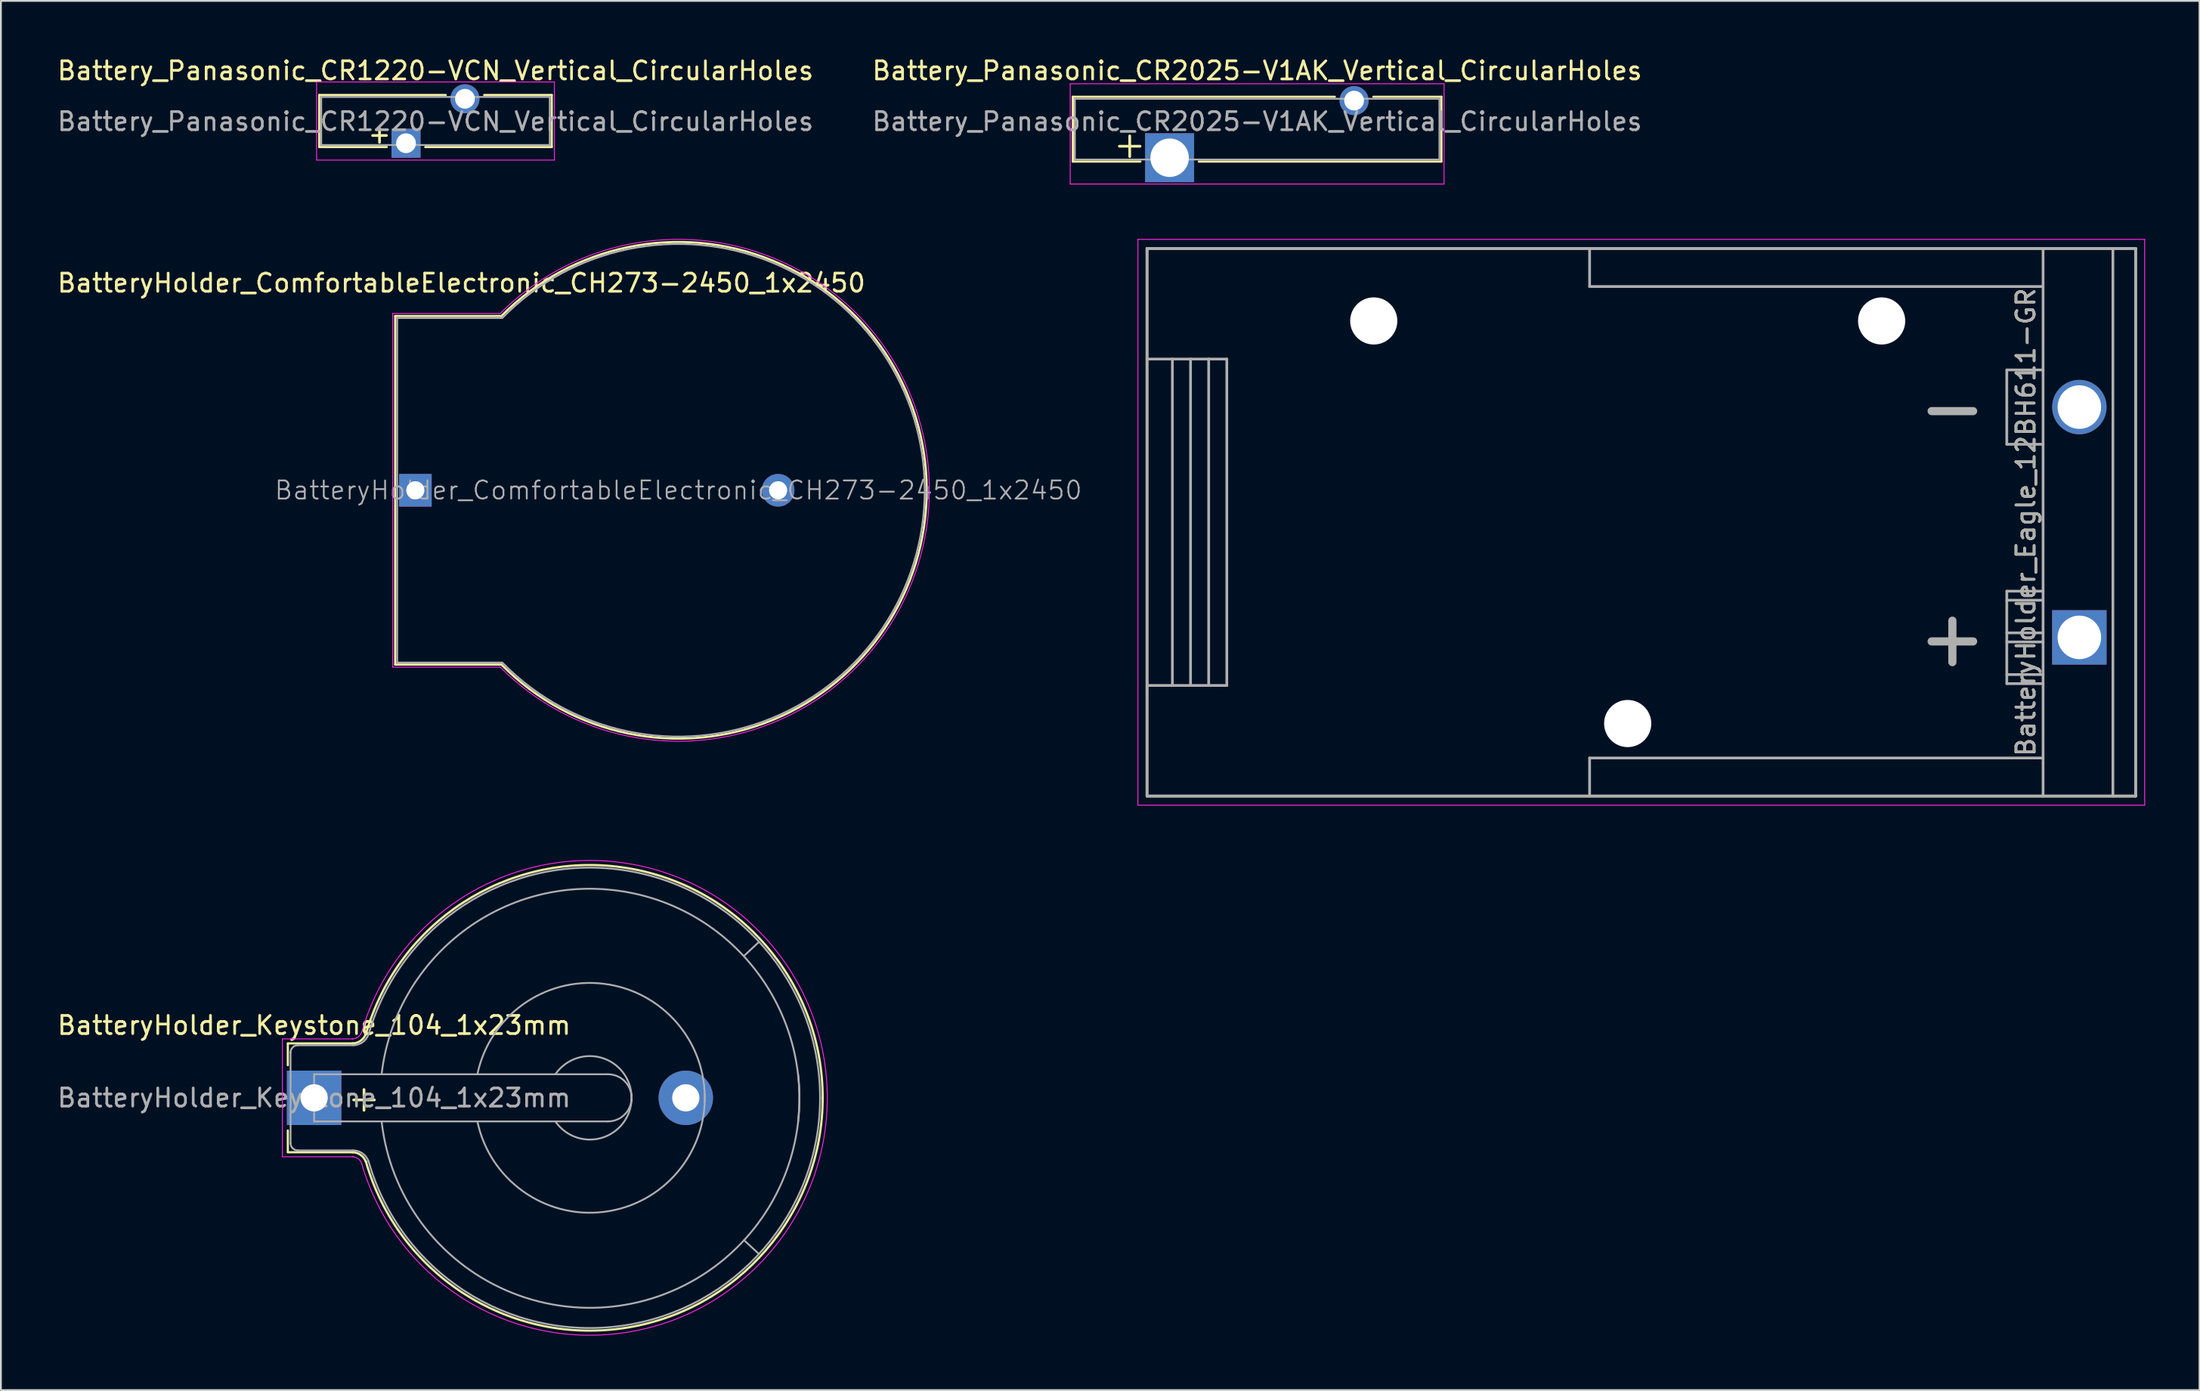
<source format=kicad_pcb>
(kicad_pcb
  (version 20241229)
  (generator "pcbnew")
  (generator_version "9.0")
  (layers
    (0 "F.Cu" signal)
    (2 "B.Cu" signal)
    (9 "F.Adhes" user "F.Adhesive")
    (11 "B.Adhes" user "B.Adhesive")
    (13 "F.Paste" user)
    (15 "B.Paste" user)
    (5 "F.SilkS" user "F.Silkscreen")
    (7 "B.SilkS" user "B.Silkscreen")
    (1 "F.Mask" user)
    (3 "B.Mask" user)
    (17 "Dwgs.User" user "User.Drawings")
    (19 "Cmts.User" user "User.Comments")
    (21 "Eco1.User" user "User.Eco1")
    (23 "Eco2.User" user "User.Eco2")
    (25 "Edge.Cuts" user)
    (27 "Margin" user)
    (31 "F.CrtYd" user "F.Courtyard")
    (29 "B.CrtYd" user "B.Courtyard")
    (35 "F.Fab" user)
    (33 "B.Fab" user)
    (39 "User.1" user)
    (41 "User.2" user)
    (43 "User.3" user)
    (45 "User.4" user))
  (footprint "BatteryHolder_ComfortableElectronic_CH273-2450_1x2450"
    (layer "F.Cu")
    (at 19.847 23.986)
    (property "Reference" "BatteryHolder_ComfortableElectronic_CH273-2450_1x2450" (at 2.54 -11.43 0) (layer "F.SilkS") (effects (font (size 1 1) (thickness 0.15))))
    (attr through_hole)
    (fp_line (start -1.11 -9.61) (end 4.746 -9.61) (stroke (width 0.12) (type solid)) (layer "F.SilkS"))
    (fp_line (start -1.11 9.61) (end -1.11 -9.61) (stroke (width 0.12) (type solid)) (layer "F.SilkS"))
    (fp_line (start 4.746 9.61) (end -1.11 9.61) (stroke (width 0.12) (type solid)) (layer "F.SilkS"))
    (fp_arc (start 4.746 -9.61) (mid 28.192794 -0.001404) (end 4.747971 9.612) (stroke (width 0.12) (type solid)) (layer "F.SilkS"))
    (fp_line (start -1.25 -9.75) (end 4.68 -9.75) (stroke (width 0.05) (type solid)) (layer "F.CrtYd"))
    (fp_line (start -1.25 9.75) (end -1.25 -9.75) (stroke (width 0.05) (type solid)) (layer "F.CrtYd"))
    (fp_line (start 4.68 9.75) (end -1.25 9.75) (stroke (width 0.05) (type solid)) (layer "F.CrtYd"))
    (fp_arc (start 4.68 -9.75) (mid 28.338168 -0.001193) (end 4.681682 9.751693) (stroke (width 0.05) (type solid)) (layer "F.CrtYd"))
    (fp_line (start -1 -9.5) (end 4.792 -9.5) (stroke (width 0.1) (type solid)) (layer "F.Fab"))
    (fp_line (start -1 9.5) (end -1 -9.5) (stroke (width 0.1) (type solid)) (layer "F.Fab"))
    (fp_line (start 4.792 9.5) (end -1 9.5) (stroke (width 0.1) (type solid)) (layer "F.Fab"))
    (fp_arc (start 4.792 -9.5) (mid 28.082903 -0.004841) (end 4.798774 9.506918) (stroke (width 0.1) (type solid)) (layer "F.Fab"))
    (fp_text user "${REFERENCE}" (at 14.5 0 0) (layer "F.Fab") (effects (font (size 1 1) (thickness 0.1))))
    (pad "1" thru_hole rect (at 0 0 270) (size 1.8 1.8) (drill 1) (layers "*.Cu" "*.Mask"))
    (pad "2" thru_hole circle (at 20 0 270) (size 1.8 1.8) (drill 1) (layers "*.Cu" "*.Mask")))
  (footprint "BatteryHolder_Eagle_12BH611-GR"
    (layer "F.Cu")
    (at 111.584 32.098)
    (property "Reference" "BatteryHolder_Eagle_12BH611-GR" (at -2.95 -6.35 270) (layer "F.SilkS") (effects (font (size 1 1) (thickness 0.15))))
    (attr through_hole)
    (fp_line (start -51.4 -21.45) (end 3.1 -21.45) (stroke (width 0.15) (type solid)) (layer "F.SilkS"))
    (fp_line (start -51.4 8.75) (end -51.4 -21.45) (stroke (width 0.15) (type solid)) (layer "F.SilkS"))
    (fp_line (start 3.1 -21.45) (end 3.1 8.75) (stroke (width 0.15) (type solid)) (layer "F.SilkS"))
    (fp_line (start 3.1 8.75) (end -51.4 8.75) (stroke (width 0.15) (type solid)) (layer "F.SilkS"))
    (fp_line (start -51.9 -21.95) (end 3.6 -21.95) (stroke (width 0.05) (type solid)) (layer "F.CrtYd"))
    (fp_line (start -51.9 9.25) (end -51.9 -21.95) (stroke (width 0.05) (type solid)) (layer "F.CrtYd"))
    (fp_line (start 3.6 -21.95) (end 3.6 9.25) (stroke (width 0.05) (type solid)) (layer "F.CrtYd"))
    (fp_line (start 3.6 9.25) (end -51.9 9.25) (stroke (width 0.05) (type solid)) (layer "F.CrtYd"))
    (fp_line (start -51.4 -21.45) (end 3.1 -21.45) (stroke (width 0.15) (type solid)) (layer "F.Fab"))
    (fp_line (start -51.4 -15.35) (end -47 -15.35) (stroke (width 0.15) (type solid)) (layer "F.Fab"))
    (fp_line (start -51.4 2.65) (end -47 2.65) (stroke (width 0.15) (type solid)) (layer "F.Fab"))
    (fp_line (start -51.4 8.75) (end -51.4 -21.45) (stroke (width 0.15) (type solid)) (layer "F.Fab"))
    (fp_line (start -50 2.65) (end -50 -15.35) (stroke (width 0.15) (type solid)) (layer "F.Fab"))
    (fp_line (start -49 2.65) (end -49 -15.35) (stroke (width 0.15) (type solid)) (layer "F.Fab"))
    (fp_line (start -48 2.65) (end -48 -15.35) (stroke (width 0.15) (type solid)) (layer "F.Fab"))
    (fp_line (start -47 2.65) (end -47 -15.35) (stroke (width 0.15) (type solid)) (layer "F.Fab"))
    (fp_line (start -27 -19.35) (end -27 -21.45) (stroke (width 0.15) (type solid)) (layer "F.Fab"))
    (fp_line (start -27 6.65) (end -27 8.75) (stroke (width 0.15) (type solid)) (layer "F.Fab"))
    (fp_line (start -4 -14.75) (end -4 -10.65) (stroke (width 0.15) (type solid)) (layer "F.Fab"))
    (fp_line (start -4 -10.65) (end -2 -10.65) (stroke (width 0.15) (type solid)) (layer "F.Fab"))
    (fp_line (start -4 -2.55) (end -4 2.55) (stroke (width 0.15) (type solid)) (layer "F.Fab"))
    (fp_line (start -4 -2.05) (end -2 -2.05) (stroke (width 0.15) (type solid)) (layer "F.Fab"))
    (fp_line (start -4 0.25) (end -2 0.25) (stroke (width 0.15) (type solid)) (layer "F.Fab"))
    (fp_line (start -4 2.55) (end -2 2.55) (stroke (width 0.15) (type solid)) (layer "F.Fab"))
    (fp_line (start -2 -21.45) (end -2 8.75) (stroke (width 0.15) (type solid)) (layer "F.Fab"))
    (fp_line (start -2 -19.35) (end -27 -19.35) (stroke (width 0.15) (type solid)) (layer "F.Fab"))
    (fp_line (start -2 -14.75) (end -4 -14.75) (stroke (width 0.15) (type solid)) (layer "F.Fab"))
    (fp_line (start -2 -2.55) (end -4 -2.55) (stroke (width 0.15) (type solid)) (layer "F.Fab"))
    (fp_line (start -2 -0.25) (end -4 -0.25) (stroke (width 0.15) (type solid)) (layer "F.Fab"))
    (fp_line (start -2 2.05) (end -4 2.05) (stroke (width 0.15) (type solid)) (layer "F.Fab"))
    (fp_line (start -2 6.65) (end -27 6.65) (stroke (width 0.15) (type solid)) (layer "F.Fab"))
    (fp_line (start 1.85 8.75) (end 1.85 -21.45) (stroke (width 0.15) (type solid)) (layer "F.Fab"))
    (fp_line (start 3.1 -21.45) (end 3.1 8.75) (stroke (width 0.15) (type solid)) (layer "F.Fab"))
    (fp_line (start 3.1 8.75) (end -51.4 8.75) (stroke (width 0.15) (type solid)) (layer "F.Fab"))
    (fp_text user "-" (at -7 -12.7 0) (layer "F.Fab") (effects (font (size 3 3) (thickness 0.45))))
    (fp_text user "${REFERENCE}" (at -2.95 -6.35 90) (layer "F.Fab") (effects (font (size 1 1) (thickness 0.15))))
    (fp_text user "+" (at -7 0 0) (layer "F.Fab") (effects (font (size 3 3) (thickness 0.45))))
    (pad "" np_thru_hole circle (at -38.9 -17.45) (size 2.6 2.6) (drill 2.6) (layers "*.Cu" "*.Mask"))
    (pad "" np_thru_hole circle (at -24.9 4.75) (size 2.6 2.6) (drill 2.6) (layers "*.Cu" "*.Mask"))
    (pad "" np_thru_hole circle (at -10.9 -17.45) (size 2.6 2.6) (drill 2.6) (layers "*.Cu" "*.Mask"))
    (pad "1" thru_hole rect (at 0 0 90) (size 3 3) (drill 2.4) (layers "*.Cu" "*.Mask"))
    (pad "2" thru_hole circle (at 0 -12.7) (size 3 3) (drill 2.4) (layers "*.Cu" "*.Mask")))
  (footprint "Battery_Panasonic_CR2025-V1AK_Vertical_CircularHoles"
    (layer "F.Cu")
    (at 61.431 5.648)
    (property "Reference" "Battery_Panasonic_CR2025-V1AK_Vertical_CircularHoles" (at 4.825 -4.8 0) (layer "F.SilkS") (effects (font (size 1 1) (thickness 0.15))))
    (attr through_hole)
    (fp_line (start -5.335 -3.36) (end -5.335 0.21) (stroke (width 0.12) (type solid)) (layer "F.SilkS"))
    (fp_line (start -5.335 -3.36) (end 9.11 -3.36) (stroke (width 0.12) (type solid)) (layer "F.SilkS"))
    (fp_line (start -5.335 0.21) (end -1.61 0.21) (stroke (width 0.12) (type solid)) (layer "F.SilkS"))
    (fp_line (start 1.61 0.21) (end 14.985 0.21) (stroke (width 0.12) (type solid)) (layer "F.SilkS"))
    (fp_line (start 11.23 -3.36) (end 14.985 -3.36) (stroke (width 0.12) (type solid)) (layer "F.SilkS"))
    (fp_line (start 14.985 -3.36) (end 14.985 0.21) (stroke (width 0.12) (type solid)) (layer "F.SilkS"))
    (fp_line (start -5.48 -4.08) (end -5.48 1.45) (stroke (width 0.05) (type solid)) (layer "F.CrtYd"))
    (fp_line (start -5.48 -4.08) (end 15.13 -4.08) (stroke (width 0.05) (type solid)) (layer "F.CrtYd"))
    (fp_line (start -5.48 1.45) (end 15.13 1.45) (stroke (width 0.05) (type solid)) (layer "F.CrtYd"))
    (fp_line (start 15.13 -4.08) (end 15.13 1.45) (stroke (width 0.05) (type solid)) (layer "F.CrtYd"))
    (fp_line (start -5.225 -3.25) (end -5.225 0.1) (stroke (width 0.1) (type solid)) (layer "F.Fab"))
    (fp_line (start -5.225 -3.25) (end 14.875 -3.25) (stroke (width 0.1) (type solid)) (layer "F.Fab"))
    (fp_line (start -5.225 0.1) (end 14.875 0.1) (stroke (width 0.1) (type solid)) (layer "F.Fab"))
    (fp_line (start 14.875 -3.25) (end 14.875 0.1) (stroke (width 0.1) (type solid)) (layer "F.Fab"))
    (fp_text user "+" (at -2.2 -0.75 0) (layer "F.SilkS") (effects (font (size 1.5 1.5) (thickness 0.15))))
    (fp_text user "${REFERENCE}" (at 4.825 -2 180) (layer "F.Fab") (effects (font (size 1 1) (thickness 0.15))))
    (pad "1" thru_hole rect (at 0 0 90) (size 2.7 2.7) (drill 2.12) (layers "*.Cu" "*.Mask"))
    (pad "2" thru_hole circle (at 10.17 -3.15) (size 1.6 1.6) (drill 1.09) (layers "*.Cu" "*.Mask")))
  (footprint "BatteryHolder_Keystone_104_1x23mm"
    (layer "F.Cu")
    (at 14.268 57.488)
    (property "Reference" "BatteryHolder_Keystone_104_1x23mm" (at 0 -4 0) (layer "F.SilkS") (effects (font (size 1 1) (thickness 0.15))))
    (attr through_hole)
    (fp_line (start -1.45 -3) (end 2.15 -3) (stroke (width 0.12) (type solid)) (layer "F.SilkS"))
    (fp_line (start -1.45 -1.8) (end -1.45 -3) (stroke (width 0.12) (type solid)) (layer "F.SilkS"))
    (fp_line (start -1.45 1.8) (end -1.45 3) (stroke (width 0.12) (type solid)) (layer "F.SilkS"))
    (fp_line (start -1.45 3) (end 2.15 3) (stroke (width 0.12) (type solid)) (layer "F.SilkS"))
    (fp_arc (start 2.1 3) (mid 2.558861 3.144678) (end 2.851754 3.526384) (stroke (width 0.12) (type solid)) (layer "F.SilkS"))
    (fp_arc (start 2.85 -3.5) (mid 17.002622 -12.709172) (end 28.03617 0.072313) (stroke (width 0.12) (type solid)) (layer "F.SilkS"))
    (fp_arc (start 2.851754 -3.526384) (mid 2.558861 -3.144678) (end 2.1 -3) (stroke (width 0.12) (type solid)) (layer "F.SilkS"))
    (fp_arc (start 28.03617 -0.072313) (mid 17.002622 12.709172) (end 2.85 3.5) (stroke (width 0.12) (type solid)) (layer "F.SilkS"))
    (fp_line (start -1.75 -3.25) (end 2.15 -3.25) (stroke (width 0.05) (type solid)) (layer "F.CrtYd"))
    (fp_line (start -1.75 3.25) (end -1.75 -3.25) (stroke (width 0.05) (type solid)) (layer "F.CrtYd"))
    (fp_line (start -1.75 3.25) (end 2.15 3.25) (stroke (width 0.05) (type solid)) (layer "F.CrtYd"))
    (fp_arc (start 2.1 3.25) (mid 2.415467 3.349466) (end 2.616831 3.611889) (stroke (width 0.05) (type solid)) (layer "F.CrtYd"))
    (fp_arc (start 2.615 -3.6) (mid 17.013472 -12.963547) (end 28.289773 -0.008354) (stroke (width 0.05) (type solid)) (layer "F.CrtYd"))
    (fp_arc (start 2.616831 -3.611889) (mid 2.415467 -3.349466) (end 2.1 -3.25) (stroke (width 0.05) (type solid)) (layer "F.CrtYd"))
    (fp_arc (start 28.289773 0.008354) (mid 17.013472 12.963547) (end 2.615 3.6) (stroke (width 0.05) (type solid)) (layer "F.CrtYd"))
    (fp_line (start -1.3 -2.5) (end -1.3 2.5) (stroke (width 0.1) (type solid)) (layer "F.Fab"))
    (fp_line (start -0.9 2.9) (end 2.15 2.9) (stroke (width 0.1) (type solid)) (layer "F.Fab"))
    (fp_line (start 0 -1.3) (end 0 1.3) (stroke (width 0.1) (type solid)) (layer "F.Fab"))
    (fp_line (start 0 1.3) (end 16.2 1.3) (stroke (width 0.1) (type solid)) (layer "F.Fab"))
    (fp_line (start 2.15 -2.9) (end -0.9 -2.9) (stroke (width 0.1) (type solid)) (layer "F.Fab"))
    (fp_line (start 16.2 -1.3) (end 0 -1.3) (stroke (width 0.1) (type solid)) (layer "F.Fab"))
    (fp_line (start 23.698 7.849) (end 24.526 8.613) (stroke (width 0.1) (type solid)) (layer "F.Fab"))
    (fp_line (start 23.724 -7.849) (end 24.526 -8.601) (stroke (width 0.1) (type solid)) (layer "F.Fab"))
    (fp_arc (start -1.3 -2.5) (mid -1.182843 -2.782843) (end -0.9 -2.9) (stroke (width 0.1) (type solid)) (layer "F.Fab"))
    (fp_arc (start -0.9 2.9) (mid -1.182843 2.782843) (end -1.3 2.5) (stroke (width 0.1) (type solid)) (layer "F.Fab"))
    (fp_arc (start 2.15 2.9) (mid 2.666219 3.062763) (end 2.995723 3.492182) (stroke (width 0.1) (type solid)) (layer "F.Fab"))
    (fp_arc (start 2.995723 -3.492182) (mid 2.666219 -3.062763) (end 2.15 -2.9) (stroke (width 0.1) (type solid)) (layer "F.Fab"))
    (fp_arc (start 3 -3.5) (mid 16.968026 -12.568376) (end 27.892123 0.00164) (stroke (width 0.1) (type solid)) (layer "F.Fab"))
    (fp_arc (start 3.72 -1.3) (mid 16.5 -11.48) (end 26.68 1.3) (stroke (width 0.1) (type solid)) (layer "F.Fab"))
    (fp_arc (start 9 -1.3) (mid 15.954687 -6.28971) (end 21.531551 0.203631) (stroke (width 0.1) (type solid)) (layer "F.Fab"))
    (fp_arc (start 13.3 -1.3) (mid 15.963947 -2.171724) (end 17.495448 0.175833) (stroke (width 0.1) (type solid)) (layer "F.Fab"))
    (fp_arc (start 16.2 -1.3) (mid 17.5 0) (end 16.2 1.3) (stroke (width 0.1) (type solid)) (layer "F.Fab"))
    (fp_arc (start 17.495448 -0.175833) (mid 15.963947 2.171724) (end 13.3 1.3) (stroke (width 0.1) (type solid)) (layer "F.Fab"))
    (fp_arc (start 21.531551 -0.203631) (mid 15.954687 6.28971) (end 9 1.3) (stroke (width 0.1) (type solid)) (layer "F.Fab"))
    (fp_arc (start 26.68 -1.3) (mid 16.5 11.48) (end 3.72 1.3) (stroke (width 0.1) (type solid)) (layer "F.Fab"))
    (fp_arc (start 27.892123 -0.00164) (mid 16.968026 12.568376) (end 3 3.5) (stroke (width 0.1) (type solid)) (layer "F.Fab"))
    (fp_text user "+" (at 2.75 0 0) (layer "F.SilkS") (effects (font (size 1.5 1.5) (thickness 0.15))))
    (fp_text user "${REFERENCE}" (at 0 0 0) (layer "F.Fab") (effects (font (size 1 1) (thickness 0.15))))
    (pad "1" thru_hole rect (at 0 0) (size 3 3) (drill 1.5) (layers "*.Cu" "*.Mask"))
    (pad "2" thru_hole circle (at 20.49 0) (size 3 3) (drill 1.5) (layers "*.Cu" "*.Mask")))
  (footprint "Battery_Panasonic_CR1220-VCN_Vertical_CircularHoles"
    (layer "F.Cu")
    (at 19.333 4.848)
    (property "Reference" "Battery_Panasonic_CR1220-VCN_Vertical_CircularHoles" (at 1.625 -4 0) (layer "F.SilkS") (effects (font (size 1 1) (thickness 0.15))))
    (attr through_hole)
    (fp_line (start -4.785 -2.66) (end 2.19 -2.66) (stroke (width 0.12) (type solid)) (layer "F.SilkS"))
    (fp_line (start -4.785 0.21) (end -4.785 -2.66) (stroke (width 0.12) (type solid)) (layer "F.SilkS"))
    (fp_line (start -4.78 0.21) (end -1.06 0.21) (stroke (width 0.12) (type solid)) (layer "F.SilkS"))
    (fp_line (start 1.06 0.21) (end 8.035 0.21) (stroke (width 0.12) (type solid)) (layer "F.SilkS"))
    (fp_line (start 4.31 -2.66) (end 8.035 -2.66) (stroke (width 0.12) (type solid)) (layer "F.SilkS"))
    (fp_line (start 8.035 0.21) (end 8.035 -2.66) (stroke (width 0.12) (type solid)) (layer "F.SilkS"))
    (fp_line (start -4.93 -3.38) (end 8.18 -3.38) (stroke (width 0.05) (type solid)) (layer "F.CrtYd"))
    (fp_line (start -4.93 0.93) (end -4.93 -3.38) (stroke (width 0.05) (type solid)) (layer "F.CrtYd"))
    (fp_line (start -4.93 0.93) (end 8.18 0.93) (stroke (width 0.05) (type solid)) (layer "F.CrtYd"))
    (fp_line (start 8.18 0.93) (end 8.18 -3.38) (stroke (width 0.05) (type solid)) (layer "F.CrtYd"))
    (fp_line (start -4.675 -2.55) (end 7.925 -2.55) (stroke (width 0.1) (type solid)) (layer "F.Fab"))
    (fp_line (start -4.675 0.1) (end -4.675 -2.55) (stroke (width 0.1) (type solid)) (layer "F.Fab"))
    (fp_line (start -4.675 0.1) (end 7.925 0.1) (stroke (width 0.1) (type solid)) (layer "F.Fab"))
    (fp_line (start 7.925 0.1) (end 7.925 -2.55) (stroke (width 0.1) (type solid)) (layer "F.Fab"))
    (fp_text user "+" (at -1.46 -0.5 0) (layer "F.SilkS") (effects (font (size 1 1) (thickness 0.15))))
    (fp_text user "${REFERENCE}" (at 1.625 -1.2 180) (layer "F.Fab") (effects (font (size 1 1) (thickness 0.15))))
    (pad "1" thru_hole rect (at 0 0 90) (size 1.6 1.6) (drill 1.09) (layers "*.Cu" "*.Mask"))
    (pad "2" thru_hole circle (at 3.25 -2.45) (size 1.6 1.6) (drill 1.09) (layers "*.Cu" "*.Mask")))
  (gr_rect
    (start -3 -3)
    (end 118.209 73.603)
    (stroke (width 0.1) (type default))
    (fill no)
    (layer "Edge.Cuts")))
</source>
